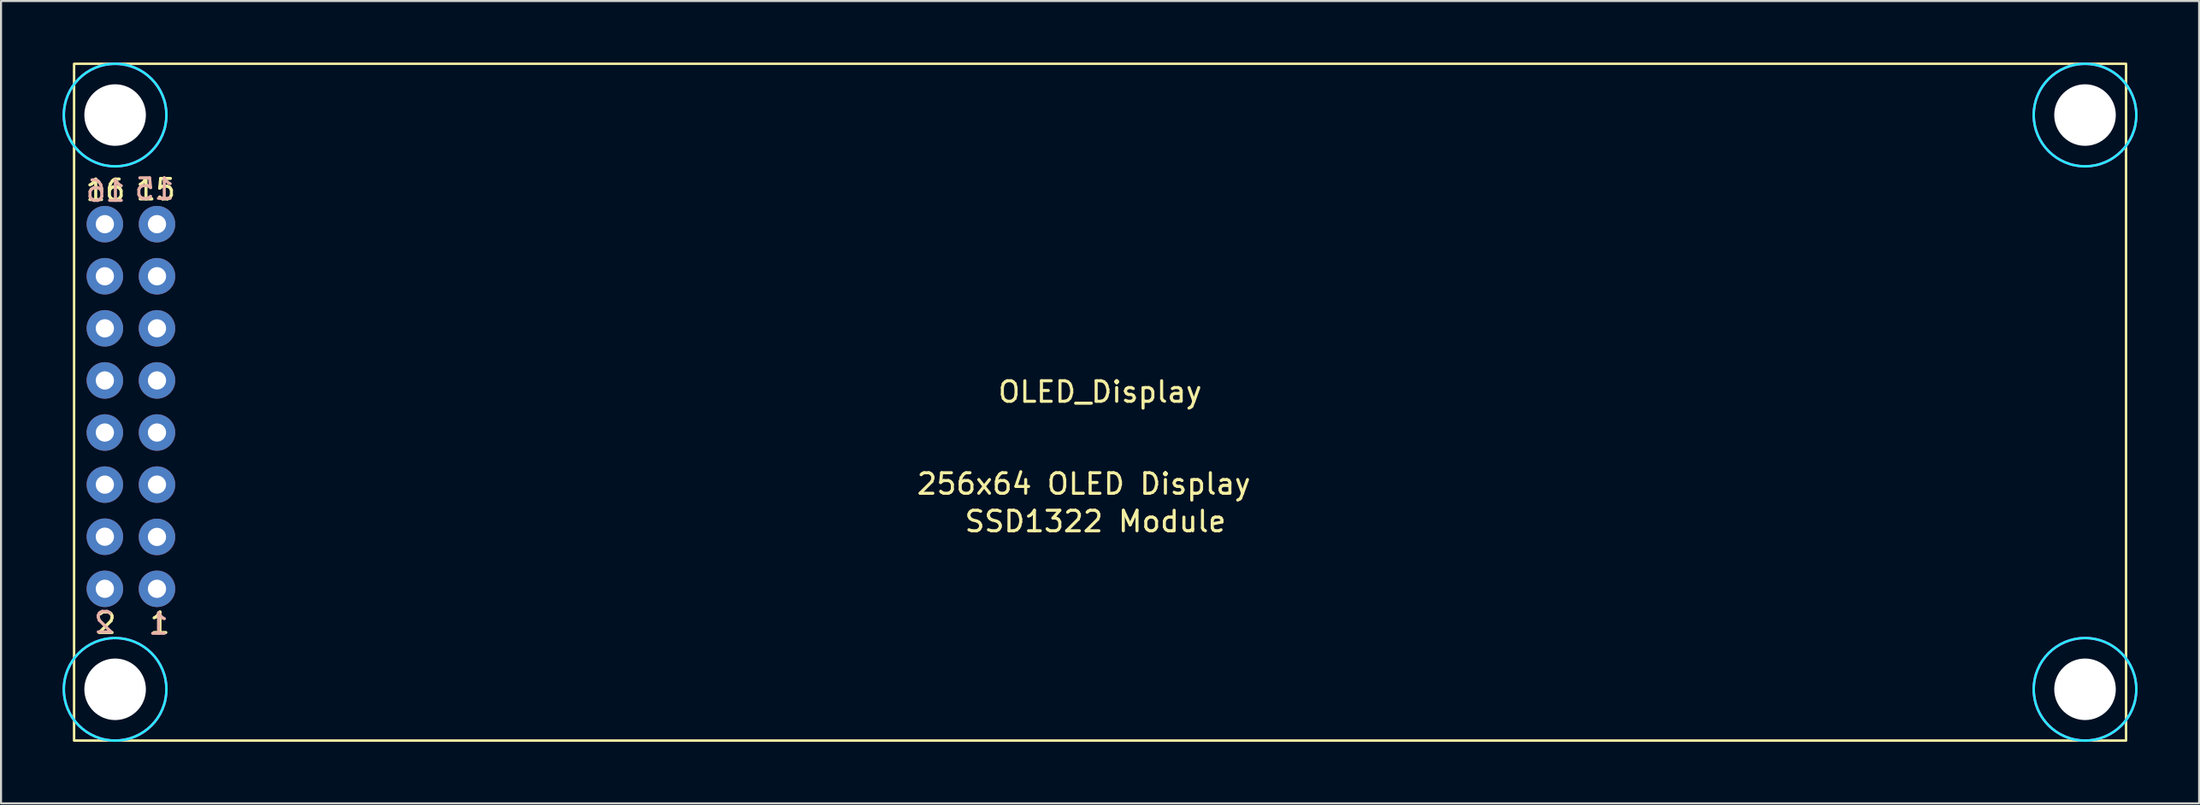
<source format=kicad_pcb>
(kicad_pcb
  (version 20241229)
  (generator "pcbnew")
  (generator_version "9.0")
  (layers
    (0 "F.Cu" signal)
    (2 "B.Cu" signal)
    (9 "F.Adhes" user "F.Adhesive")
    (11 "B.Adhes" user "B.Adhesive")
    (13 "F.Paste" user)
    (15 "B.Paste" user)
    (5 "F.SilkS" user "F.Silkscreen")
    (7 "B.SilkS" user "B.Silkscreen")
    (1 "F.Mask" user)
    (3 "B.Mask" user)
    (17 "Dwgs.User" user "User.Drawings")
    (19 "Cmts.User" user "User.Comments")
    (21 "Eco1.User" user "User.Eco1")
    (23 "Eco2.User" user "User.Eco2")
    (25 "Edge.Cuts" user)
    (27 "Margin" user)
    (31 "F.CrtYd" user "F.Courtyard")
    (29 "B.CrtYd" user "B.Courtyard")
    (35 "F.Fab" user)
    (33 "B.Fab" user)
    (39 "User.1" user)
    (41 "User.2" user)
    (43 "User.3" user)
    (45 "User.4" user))
  (footprint "OLED_Display"
    (layer "F.Cu")
    (at 50.56 16.56)
    (property "Reference" "OLED_Display" (at 0 -0.5 0) (unlocked yes) (layer "F.SilkS") (effects (font (size 1 1) (thickness 0.15))))
    (attr smd)
    (fp_rect (start -50 -16.5) (end 50 16.5) (stroke (width 0.12) (type default)) (fill no) (layer "F.SilkS"))
    (fp_circle (center -48 -14) (end -45.5 -14) (stroke (width 0.12) (type default)) (fill no) (layer "B.CrtYd"))
    (fp_circle (center -48 14) (end -45.5 14) (stroke (width 0.12) (type default)) (fill no) (layer "B.CrtYd"))
    (fp_circle (center 48 -14) (end 50.5 -14) (stroke (width 0.12) (type default)) (fill no) (layer "B.CrtYd"))
    (fp_circle (center 48 14) (end 50.5 14) (stroke (width 0.12) (type default)) (fill no) (layer "B.CrtYd"))
    (fp_circle (center -48 -14) (end -45.5 -14) (stroke (width 0.12) (type default)) (fill no) (layer "F.CrtYd"))
    (fp_circle (center -48 14) (end -45.5 14) (stroke (width 0.12) (type default)) (fill no) (layer "F.CrtYd"))
    (fp_circle (center 48 -14) (end 50.5 -14) (stroke (width 0.12) (type default)) (fill no) (layer "F.CrtYd"))
    (fp_circle (center 48 14) (end 50.5 14) (stroke (width 0.12) (type default)) (fill no) (layer "F.CrtYd"))
    (fp_text user "2" (at -49.01 11.36 0) (unlocked yes) (layer "F.SilkS") (effects (font (size 1 1) (thickness 0.15)) (justify left bottom)))
    (fp_text user "16" (at -49.52 -9.75 0) (unlocked yes) (layer "F.SilkS") (effects (font (size 1 1) (thickness 0.15)) (justify left bottom)))
    (fp_text user "256x64 OLED Display" (at -9.01 4.57 0) (unlocked yes) (layer "F.SilkS") (effects (font (size 1 1) (thickness 0.15)) (justify left bottom)))
    (fp_text user "1" (at -46.39 11.36 0) (unlocked yes) (layer "F.SilkS") (effects (font (size 1 1) (thickness 0.15)) (justify left bottom)))
    (fp_text user "15" (at -47.07 -9.78 0) (unlocked yes) (layer "F.SilkS") (effects (font (size 1 1) (thickness 0.15)) (justify left bottom)))
    (fp_text user "SSD1322 Module" (at -6.68 6.4 0) (unlocked yes) (layer "F.SilkS") (effects (font (size 1 1) (thickness 0.15)) (justify left bottom)))
    (fp_text user "16" (at -47.41 -9.71 0) (unlocked yes) (layer "B.SilkS") (effects (font (size 1 1) (thickness 0.15)) (justify left bottom mirror)))
    (fp_text user "2" (at -47.96 11.33 0) (unlocked yes) (layer "B.SilkS") (effects (font (size 1 1) (thickness 0.15)) (justify left bottom mirror)))
    (fp_text user "15" (at -45.03 -9.81 0) (unlocked yes) (layer "B.SilkS") (effects (font (size 1 1) (thickness 0.15)) (justify left bottom mirror)))
    (fp_text user "1" (at -45.31 11.4 0) (unlocked yes) (layer "B.SilkS") (effects (font (size 1 1) (thickness 0.15)) (justify left bottom mirror)))
    (pad "" np_thru_hole circle (at -48 -14) (size 3 3) (drill 3) (layers "*.Cu" "*.Mask"))
    (pad "" np_thru_hole circle (at -48 14) (size 3 3) (drill 3) (layers "*.Cu" "*.Mask"))
    (pad "" np_thru_hole circle (at 48 -14) (size 3 3) (drill 3) (layers "*.Cu" "*.Mask"))
    (pad "" np_thru_hole circle (at 48 14) (size 3 3) (drill 3) (layers "*.Cu" "*.Mask"))
    (pad "1" thru_hole circle (at -45.96 9.1) (size 1.778 1.778) (drill 0.889) (layers "*.Cu" "*.Mask"))
    (pad "2" thru_hole circle (at -48.5 9.1) (size 1.778 1.778) (drill 0.889) (layers "*.Cu" "*.Mask"))
    (pad "3" thru_hole circle (at -45.96 6.57) (size 1.778 1.778) (drill 0.889) (layers "*.Cu" "*.Mask"))
    (pad "4" thru_hole circle (at -48.5 6.56) (size 1.778 1.778) (drill 0.889) (layers "*.Cu" "*.Mask"))
    (pad "5" thru_hole circle (at -45.96 4.02) (size 1.778 1.778) (drill 0.889) (layers "*.Cu" "*.Mask"))
    (pad "6" thru_hole circle (at -48.5 4.02) (size 1.778 1.778) (drill 0.889) (layers "*.Cu" "*.Mask"))
    (pad "7" thru_hole circle (at -45.96 1.48) (size 1.778 1.778) (drill 0.889) (layers "*.Cu" "*.Mask"))
    (pad "8" thru_hole circle (at -48.5 1.48) (size 1.778 1.778) (drill 0.889) (layers "*.Cu" "*.Mask"))
    (pad "9" thru_hole circle (at -45.96 -1.06) (size 1.778 1.778) (drill 0.889) (layers "*.Cu" "*.Mask"))
    (pad "10" thru_hole circle (at -48.5 -1.06) (size 1.778 1.778) (drill 0.889) (layers "*.Cu" "*.Mask"))
    (pad "11" thru_hole circle (at -45.96 -3.6) (size 1.778 1.778) (drill 0.889) (layers "*.Cu" "*.Mask"))
    (pad "12" thru_hole circle (at -48.5 -3.6) (size 1.778 1.778) (drill 0.889) (layers "*.Cu" "*.Mask"))
    (pad "13" thru_hole circle (at -45.96 -6.14) (size 1.778 1.778) (drill 0.889) (layers "*.Cu" "*.Mask"))
    (pad "14" thru_hole circle (at -48.5 -6.14) (size 1.778 1.778) (drill 0.889) (layers "*.Cu" "*.Mask"))
    (pad "15" thru_hole circle (at -45.96 -8.68) (size 1.778 1.778) (drill 0.889) (layers "*.Cu" "*.Mask"))
    (pad "16" thru_hole circle (at -48.5 -8.68) (size 1.778 1.778) (drill 0.889) (layers "*.Cu" "*.Mask")))
  (gr_rect
    (start -3 -3)
    (end 104.12 36.12)
    (stroke (width 0.1) (type default))
    (fill no)
    (layer "Edge.Cuts")))
</source>
